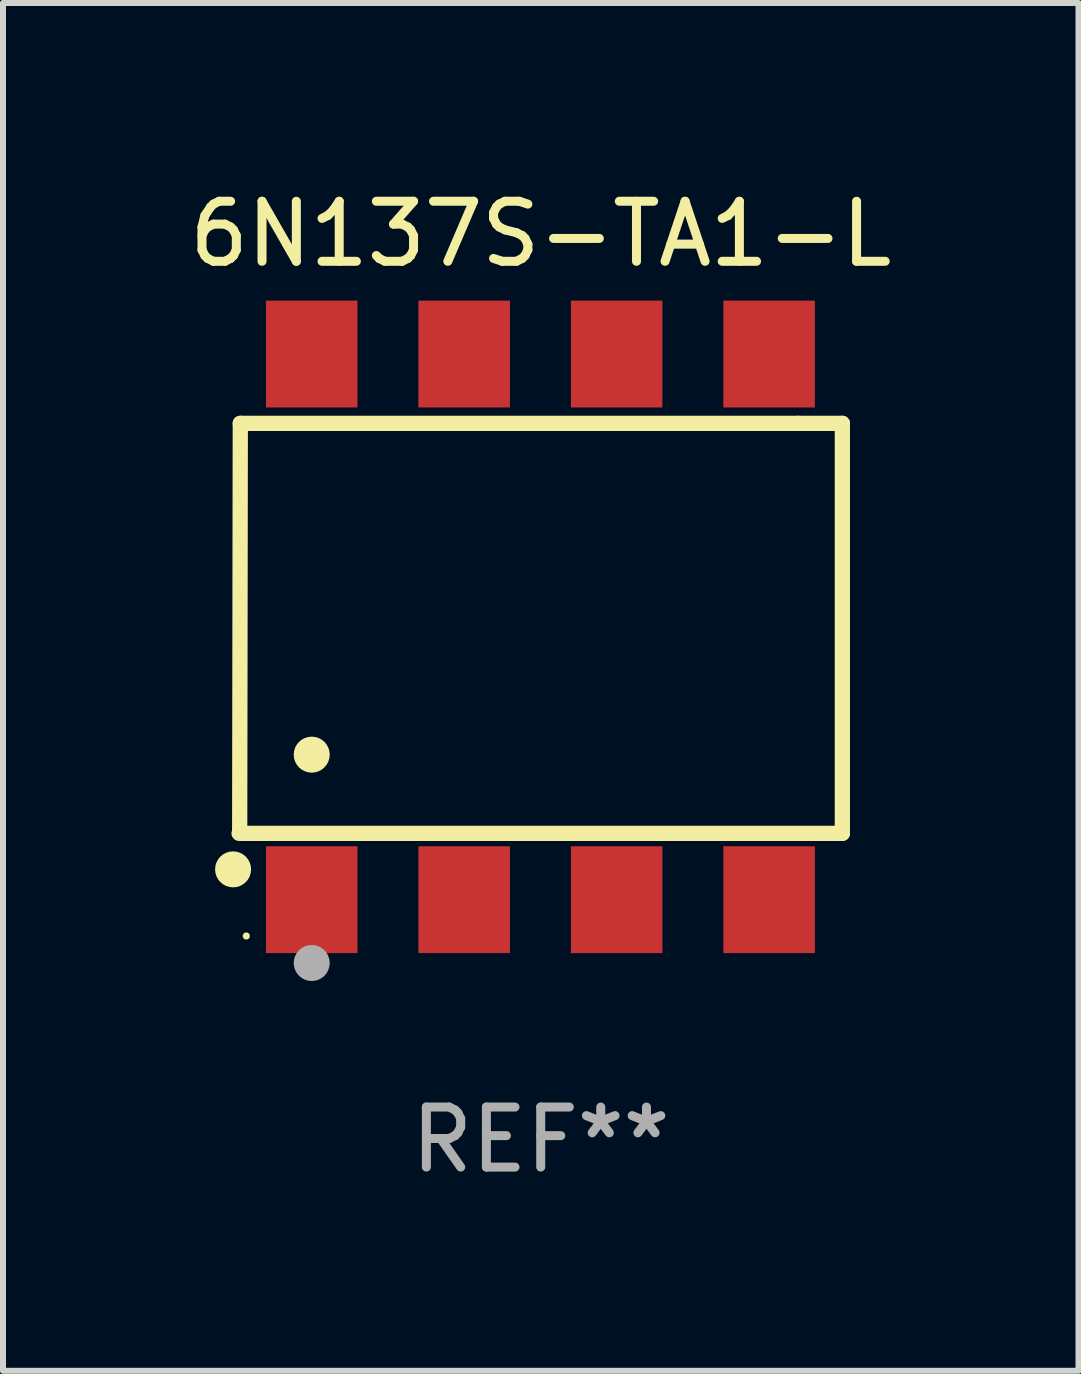
<source format=kicad_pcb>
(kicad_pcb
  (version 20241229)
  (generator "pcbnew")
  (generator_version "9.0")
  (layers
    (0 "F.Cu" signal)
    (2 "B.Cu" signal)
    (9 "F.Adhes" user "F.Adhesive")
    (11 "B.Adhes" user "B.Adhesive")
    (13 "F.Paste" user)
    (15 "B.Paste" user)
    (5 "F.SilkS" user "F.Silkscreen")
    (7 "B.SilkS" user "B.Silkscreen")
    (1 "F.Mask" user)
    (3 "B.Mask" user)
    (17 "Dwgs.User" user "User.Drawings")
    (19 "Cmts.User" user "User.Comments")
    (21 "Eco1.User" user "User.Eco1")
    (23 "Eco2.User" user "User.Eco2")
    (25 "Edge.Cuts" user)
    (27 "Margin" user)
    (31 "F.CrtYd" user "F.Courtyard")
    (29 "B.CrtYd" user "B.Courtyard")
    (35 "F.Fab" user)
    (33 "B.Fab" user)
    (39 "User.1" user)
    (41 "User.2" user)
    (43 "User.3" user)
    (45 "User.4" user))
  (footprint "6N137S-TA1-L"
    (layer "F.Cu")
    (at 5.958 7.393)
    (property "Reference" "6N137S-TA1-L" (at 0 -6.545 0) (layer "F.SilkS") (effects (font (size 1 1) (thickness 0.15))))
    (attr through_hole)
    (fp_line (start -5.005 -3.39) (end -5.015 3.42) (stroke (width 0.254) (type solid)) (layer "F.SilkS"))
    (fp_line (start 4.285 -3.39) (end -5.005 -3.39) (stroke (width 0.254) (type solid)) (layer "F.SilkS"))
    (fp_line (start 4.285 -3.39) (end 5.025 -3.39) (stroke (width 0.254) (type solid)) (layer "F.SilkS"))
    (fp_line (start 5.025 -3.39) (end 5.025 3.44) (stroke (width 0.254) (type solid)) (layer "F.SilkS"))
    (fp_line (start 5.025 3.44) (end -5.025 3.44) (stroke (width 0.254) (type solid)) (layer "F.SilkS"))
    (fp_circle (center -5.125 4.04) (end -4.975 4.04) (stroke (width 0.3) (type solid)) (fill no) (layer "F.SilkS"))
    (fp_circle (center -4.905 5.15) (end -4.875 5.15) (stroke (width 0.06) (type solid)) (fill no) (layer "F.SilkS"))
    (fp_circle (center -3.815 2.129) (end -3.665 2.129) (stroke (width 0.3) (type solid)) (fill no) (layer "F.SilkS"))
    (fp_circle (center -3.815 5.6) (end -3.665 5.6) (stroke (width 0.3) (type solid)) (fill no) (layer "F.Fab"))
    (fp_text user "REF**" (at 0 8.545 0) (layer "F.Fab") (effects (font (size 1 1) (thickness 0.15))))
    (pad "1" smd rect (at -3.815 4.545) (size 1.525 1.78) (layers "F.Cu" "F.Mask" "F.Paste"))
    (pad "2" smd rect (at -1.275 4.545) (size 1.525 1.78) (layers "F.Cu" "F.Mask" "F.Paste"))
    (pad "3" smd rect (at 1.265 4.545) (size 1.525 1.78) (layers "F.Cu" "F.Mask" "F.Paste"))
    (pad "4" smd rect (at 3.805 4.545) (size 1.525 1.78) (layers "F.Cu" "F.Mask" "F.Paste"))
    (pad "5" smd rect (at 3.805 -4.545) (size 1.525 1.78) (layers "F.Cu" "F.Mask" "F.Paste"))
    (pad "6" smd rect (at 1.265 -4.545) (size 1.525 1.78) (layers "F.Cu" "F.Mask" "F.Paste"))
    (pad "7" smd rect (at -1.275 -4.545) (size 1.525 1.78) (layers "F.Cu" "F.Mask" "F.Paste"))
    (pad "8" smd rect (at -3.815 -4.545) (size 1.525 1.78) (layers "F.Cu" "F.Mask" "F.Paste")))
  (gr_rect
    (start -3 -3)
    (end 14.917 19.787)
    (stroke (width 0.1) (type default))
    (fill no)
    (layer "Edge.Cuts")))
</source>
